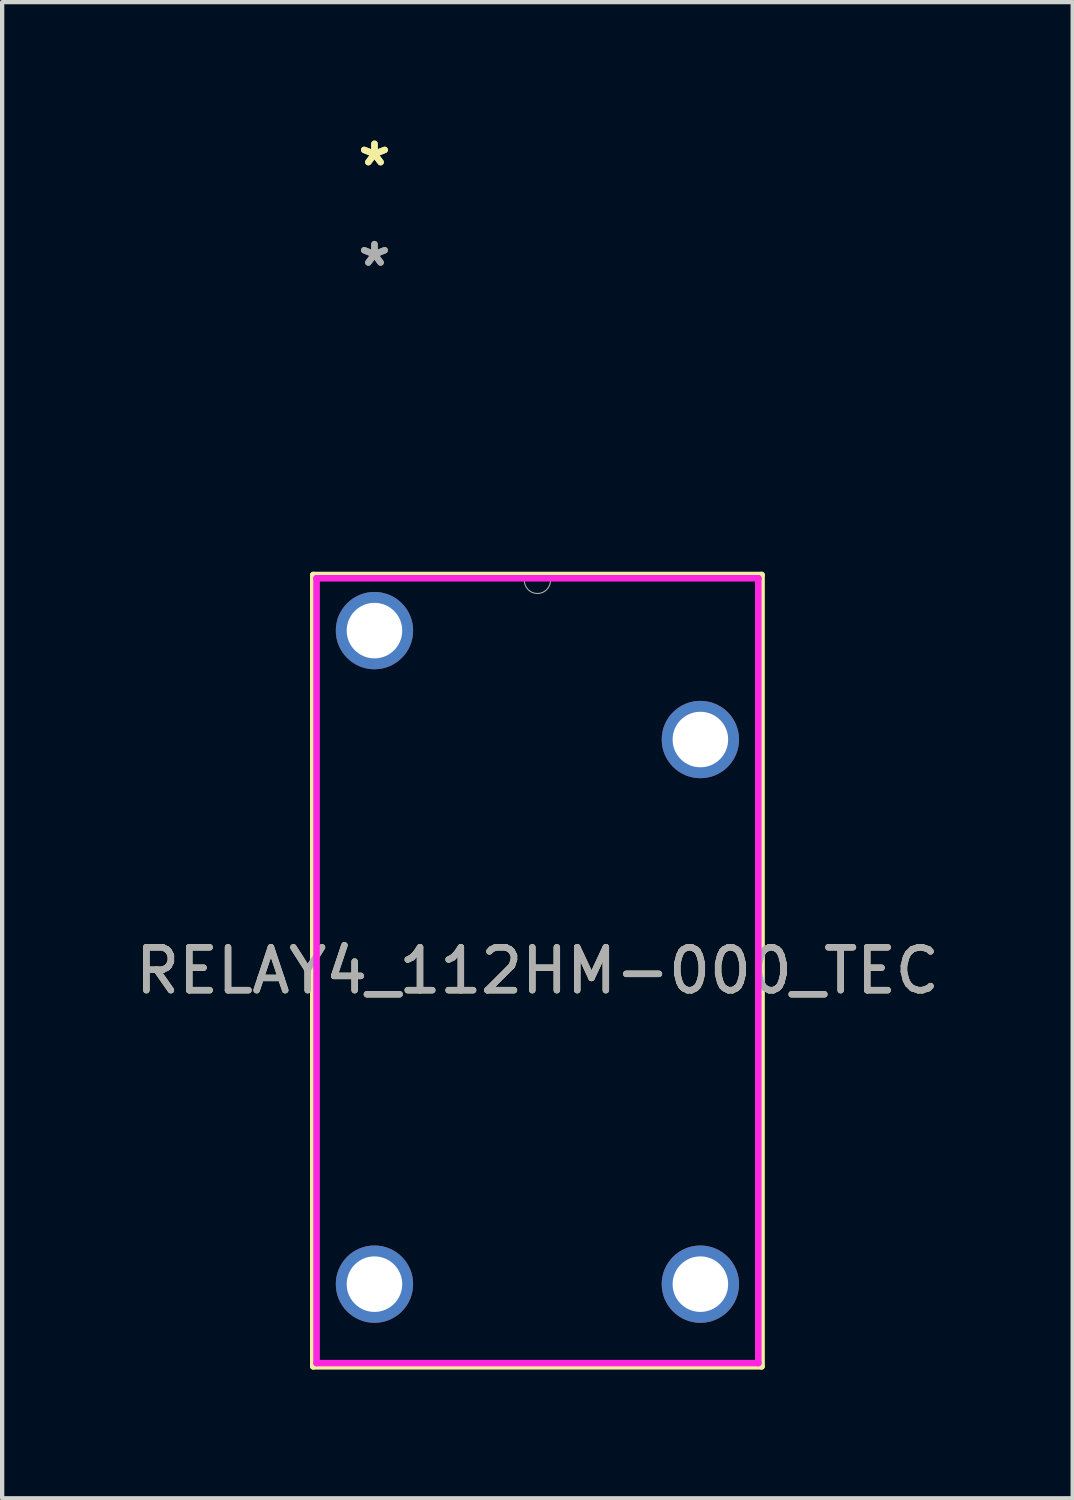
<source format=kicad_pcb>
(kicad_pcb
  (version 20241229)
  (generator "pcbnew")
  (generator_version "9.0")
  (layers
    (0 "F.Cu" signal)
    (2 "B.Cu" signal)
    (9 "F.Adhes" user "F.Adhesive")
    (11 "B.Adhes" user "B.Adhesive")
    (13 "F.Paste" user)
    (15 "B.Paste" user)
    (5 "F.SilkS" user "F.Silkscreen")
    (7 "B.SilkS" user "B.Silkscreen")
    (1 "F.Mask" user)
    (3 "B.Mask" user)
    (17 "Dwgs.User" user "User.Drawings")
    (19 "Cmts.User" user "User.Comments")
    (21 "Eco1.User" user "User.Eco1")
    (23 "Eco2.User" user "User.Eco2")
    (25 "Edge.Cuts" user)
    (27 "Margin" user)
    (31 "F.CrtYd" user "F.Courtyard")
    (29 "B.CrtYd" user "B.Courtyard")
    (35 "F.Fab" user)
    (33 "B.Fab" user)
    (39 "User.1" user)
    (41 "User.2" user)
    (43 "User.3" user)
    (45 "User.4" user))
  (footprint "RELAY4_112HM-000_TEC"
    (layer "F.Cu")
    (at 13.282 27.515)
    (property "Reference" "RELAY4_112HM-000_TEC" (at -3.8 -7.93 0) (unlocked yes) (layer "F.SilkS") (effects (font (size 1 1) (thickness 0.15))))
    (attr through_hole)
    (fp_line (start -9.027 -17.157) (end -9.027 1.297) (stroke (width 0.152) (type solid)) (layer "F.SilkS"))
    (fp_line (start -9.027 1.297) (end 1.427 1.297) (stroke (width 0.152) (type solid)) (layer "F.SilkS"))
    (fp_line (start 1.427 -17.157) (end -9.027 -17.157) (stroke (width 0.152) (type solid)) (layer "F.SilkS"))
    (fp_line (start 1.427 1.297) (end 1.427 -17.157) (stroke (width 0.152) (type solid)) (layer "F.SilkS"))
    (fp_line (start -8.951 -17.081) (end 1.351 -17.081) (stroke (width 0.152) (type solid)) (layer "F.CrtYd"))
    (fp_line (start -8.951 1.221) (end -8.951 -17.081) (stroke (width 0.152) (type solid)) (layer "F.CrtYd"))
    (fp_line (start 1.351 -17.081) (end 1.351 1.221) (stroke (width 0.152) (type solid)) (layer "F.CrtYd"))
    (fp_line (start 1.351 1.221) (end -8.951 1.221) (stroke (width 0.152) (type solid)) (layer "F.CrtYd"))
    (fp_line (start -8.9 -17.03) (end -8.9 1.17) (stroke (width 0.025) (type solid)) (layer "F.Fab"))
    (fp_line (start -8.9 1.17) (end 1.3 1.17) (stroke (width 0.025) (type solid)) (layer "F.Fab"))
    (fp_line (start 1.3 -17.03) (end -8.9 -17.03) (stroke (width 0.025) (type solid)) (layer "F.Fab"))
    (fp_line (start 1.3 1.17) (end 1.3 -17.03) (stroke (width 0.025) (type solid)) (layer "F.Fab"))
    (fp_arc (start -3.4952 -17.030003) (mid -3.8 -16.725203) (end -4.1048 -17.030003) (stroke (width 0.0254) (type solid)) (layer "F.Fab"))
    (fp_text user "*" (at -7.6 -26.667 0) (unlocked yes) (layer "F.SilkS") (effects (font (size 1 1) (thickness 0.15))))
    (fp_text user "*" (at -7.6 -26.667 0) (layer "F.SilkS") (effects (font (size 1 1) (thickness 0.15))))
    (fp_text user "*" (at -7.6 -24.327 0) (unlocked yes) (layer "F.Fab") (effects (font (size 1 1) (thickness 0.15))))
    (fp_text user "${REFERENCE}" (at -3.8 -7.93 0) (unlocked yes) (layer "F.Fab") (effects (font (size 1 1) (thickness 0.15))))
    (fp_text user "*" (at -7.6 -24.327 0) (layer "F.Fab") (effects (font (size 1 1) (thickness 0.15))))
    (pad "1" thru_hole circle (at -7.6 -15.86) (size 1.803 1.803) (drill 1.295) (layers "*.Cu" "*.Mask"))
    (pad "2" thru_hole circle (at -7.6 -0.62) (size 1.803 1.803) (drill 1.295) (layers "*.Cu" "*.Mask"))
    (pad "3" thru_hole circle (at 0 -0.62) (size 1.803 1.803) (drill 1.295) (layers "*.Cu" "*.Mask"))
    (pad "4" thru_hole circle (at 0 -13.32) (size 1.803 1.803) (drill 1.295) (layers "*.Cu" "*.Mask")))
  (gr_rect
    (start -3 -3)
    (end 21.964 31.888)
    (stroke (width 0.1) (type default))
    (fill no)
    (layer "Edge.Cuts")))
</source>
